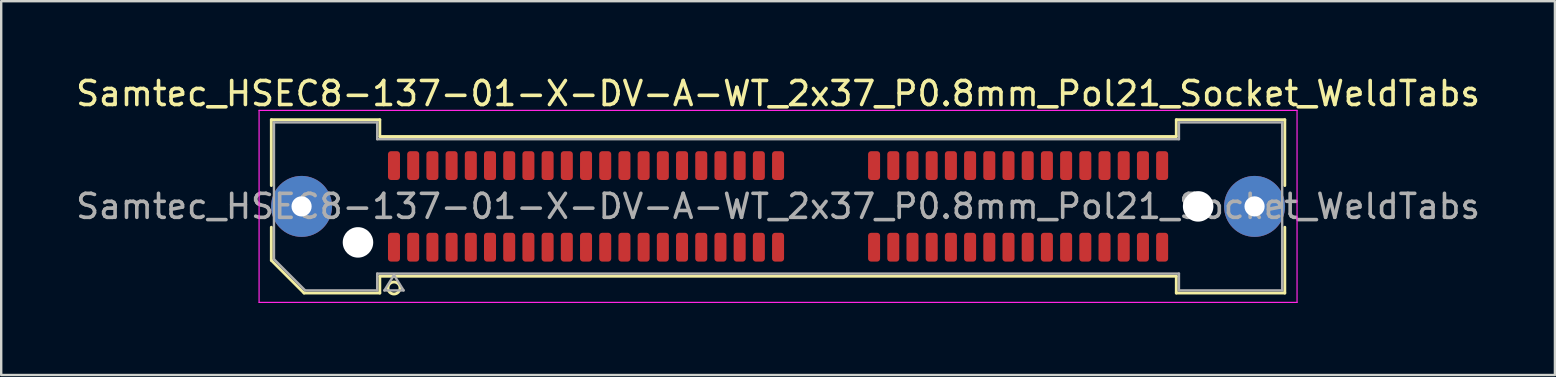
<source format=kicad_pcb>
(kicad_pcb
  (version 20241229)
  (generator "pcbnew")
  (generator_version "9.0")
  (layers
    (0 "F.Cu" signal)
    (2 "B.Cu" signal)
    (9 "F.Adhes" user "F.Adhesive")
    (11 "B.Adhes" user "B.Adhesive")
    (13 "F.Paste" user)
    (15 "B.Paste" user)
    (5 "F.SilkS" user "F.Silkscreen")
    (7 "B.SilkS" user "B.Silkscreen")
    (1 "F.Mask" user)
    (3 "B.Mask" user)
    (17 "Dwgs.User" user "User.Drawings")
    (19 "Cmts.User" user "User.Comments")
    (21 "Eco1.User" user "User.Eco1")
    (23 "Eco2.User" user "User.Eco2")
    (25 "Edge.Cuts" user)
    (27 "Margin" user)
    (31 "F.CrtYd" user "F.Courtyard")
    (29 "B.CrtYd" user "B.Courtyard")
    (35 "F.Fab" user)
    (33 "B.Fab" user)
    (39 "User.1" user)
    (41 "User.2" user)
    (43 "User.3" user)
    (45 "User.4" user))
  (footprint "Samtec_HSEC8-137-01-X-DV-A-WT_2x37_P0.8mm_Pol21_Socket_WeldTabs"
    (layer "F.Cu")
    (at 29.363 5.548)
    (property "Reference" "Samtec_HSEC8-137-01-X-DV-A-WT_2x37_P0.8mm_Pol21_Socket_WeldTabs" (at 0 -4.7 0) (layer "F.SilkS") (effects (font (size 1 1) (thickness 0.15))))
    (attr smd)
    (fp_line (start -21.11 -3.61) (end -16.59 -3.61) (stroke (width 0.12) (type solid)) (layer "F.SilkS"))
    (fp_line (start -21.11 -0.868) (end -21.11 -3.61) (stroke (width 0.12) (type solid)) (layer "F.SilkS"))
    (fp_line (start -21.11 2.246) (end -21.11 0.868) (stroke (width 0.12) (type solid)) (layer "F.SilkS"))
    (fp_line (start -19.746 3.61) (end -21.11 2.246) (stroke (width 0.12) (type solid)) (layer "F.SilkS"))
    (fp_line (start -16.59 -3.61) (end -16.59 -2.91) (stroke (width 0.12) (type solid)) (layer "F.SilkS"))
    (fp_line (start -16.59 -2.91) (end 16.59 -2.91) (stroke (width 0.12) (type solid)) (layer "F.SilkS"))
    (fp_line (start -16.59 2.91) (end -16.59 3.61) (stroke (width 0.12) (type solid)) (layer "F.SilkS"))
    (fp_line (start -16.59 3.61) (end -19.746 3.61) (stroke (width 0.12) (type solid)) (layer "F.SilkS"))
    (fp_line (start 16.59 -3.61) (end 21.11 -3.61) (stroke (width 0.12) (type solid)) (layer "F.SilkS"))
    (fp_line (start 16.59 -2.91) (end 16.59 -3.61) (stroke (width 0.12) (type solid)) (layer "F.SilkS"))
    (fp_line (start 16.59 2.91) (end -16.59 2.91) (stroke (width 0.12) (type solid)) (layer "F.SilkS"))
    (fp_line (start 16.59 3.61) (end 16.59 2.91) (stroke (width 0.12) (type solid)) (layer "F.SilkS"))
    (fp_line (start 21.11 -3.61) (end 21.11 -0.868) (stroke (width 0.12) (type solid)) (layer "F.SilkS"))
    (fp_line (start 21.11 0.868) (end 21.11 3.61) (stroke (width 0.12) (type solid)) (layer "F.SilkS"))
    (fp_line (start 21.11 3.61) (end 16.59 3.61) (stroke (width 0.12) (type solid)) (layer "F.SilkS"))
    (fp_circle (center -16 3.4) (end -15.75 3.4) (stroke (width 0.12) (type solid)) (fill no) (layer "F.SilkS"))
    (fp_line (start -21.62 -4) (end -21.62 4) (stroke (width 0.05) (type solid)) (layer "F.CrtYd"))
    (fp_line (start -21.62 4) (end 21.62 4) (stroke (width 0.05) (type solid)) (layer "F.CrtYd"))
    (fp_line (start 21.62 -4) (end -21.62 -4) (stroke (width 0.05) (type solid)) (layer "F.CrtYd"))
    (fp_line (start 21.62 4) (end 21.62 -4) (stroke (width 0.05) (type solid)) (layer "F.CrtYd"))
    (fp_line (start -21 -3.5) (end -16.7 -3.5) (stroke (width 0.1) (type solid)) (layer "F.Fab"))
    (fp_line (start -21 2.2) (end -21 -3.5) (stroke (width 0.1) (type solid)) (layer "F.Fab"))
    (fp_line (start -19.7 3.5) (end -21 2.2) (stroke (width 0.1) (type solid)) (layer "F.Fab"))
    (fp_line (start -16.7 -3.5) (end -16.7 -2.8) (stroke (width 0.1) (type solid)) (layer "F.Fab"))
    (fp_line (start -16.7 -2.8) (end 16.7 -2.8) (stroke (width 0.1) (type solid)) (layer "F.Fab"))
    (fp_line (start -16.7 2.8) (end -16.7 3.5) (stroke (width 0.1) (type solid)) (layer "F.Fab"))
    (fp_line (start -16.7 3.5) (end -19.7 3.5) (stroke (width 0.1) (type solid)) (layer "F.Fab"))
    (fp_line (start -16.4 3.5) (end -16 2.86) (stroke (width 0.1) (type solid)) (layer "F.Fab"))
    (fp_line (start -16 2.86) (end -15.6 3.5) (stroke (width 0.1) (type solid)) (layer "F.Fab"))
    (fp_line (start -15.6 3.5) (end -16.4 3.5) (stroke (width 0.1) (type solid)) (layer "F.Fab"))
    (fp_line (start 16.7 -3.5) (end 21 -3.5) (stroke (width 0.1) (type solid)) (layer "F.Fab"))
    (fp_line (start 16.7 -2.8) (end 16.7 -3.5) (stroke (width 0.1) (type solid)) (layer "F.Fab"))
    (fp_line (start 16.7 2.8) (end -16.7 2.8) (stroke (width 0.1) (type solid)) (layer "F.Fab"))
    (fp_line (start 16.7 3.5) (end 16.7 2.8) (stroke (width 0.1) (type solid)) (layer "F.Fab"))
    (fp_line (start 21 -3.5) (end 21 3.5) (stroke (width 0.1) (type solid)) (layer "F.Fab"))
    (fp_line (start 21 3.5) (end 16.7 3.5) (stroke (width 0.1) (type solid)) (layer "F.Fab"))
    (fp_text user "${REFERENCE}" (at 0 0 0) (layer "F.Fab") (effects (font (size 1 1) (thickness 0.15))))
    (pad "" thru_hole circle (at -19.85 0) (size 2.54 2.54) (drill 0.84) (layers "*.Cu" "*.Mask" "F.Paste"))
    (pad "" np_thru_hole circle (at -17.5 1.5) (size 1.27 1.27) (drill 1.27) (layers "*.Cu" "*.Mask"))
    (pad "" np_thru_hole circle (at 17.5 0) (size 1.27 1.27) (drill 1.27) (layers "*.Cu" "*.Mask"))
    (pad "" thru_hole circle (at 19.85 0) (size 2.54 2.54) (drill 0.84) (layers "*.Cu" "*.Mask" "F.Paste"))
    (pad "1" smd roundrect (at -16 1.7) (size 0.5 1.2) (layers "F.Cu" "F.Mask" "F.Paste") (roundrect_rratio 0.25))
    (pad "2" smd roundrect (at -16 -1.7) (size 0.5 1.2) (layers "F.Cu" "F.Mask" "F.Paste") (roundrect_rratio 0.25))
    (pad "3" smd roundrect (at -15.2 1.7) (size 0.5 1.2) (layers "F.Cu" "F.Mask" "F.Paste") (roundrect_rratio 0.25))
    (pad "4" smd roundrect (at -15.2 -1.7) (size 0.5 1.2) (layers "F.Cu" "F.Mask" "F.Paste") (roundrect_rratio 0.25))
    (pad "5" smd roundrect (at -14.4 1.7) (size 0.5 1.2) (layers "F.Cu" "F.Mask" "F.Paste") (roundrect_rratio 0.25))
    (pad "6" smd roundrect (at -14.4 -1.7) (size 0.5 1.2) (layers "F.Cu" "F.Mask" "F.Paste") (roundrect_rratio 0.25))
    (pad "7" smd roundrect (at -13.6 1.7) (size 0.5 1.2) (layers "F.Cu" "F.Mask" "F.Paste") (roundrect_rratio 0.25))
    (pad "8" smd roundrect (at -13.6 -1.7) (size 0.5 1.2) (layers "F.Cu" "F.Mask" "F.Paste") (roundrect_rratio 0.25))
    (pad "9" smd roundrect (at -12.8 1.7) (size 0.5 1.2) (layers "F.Cu" "F.Mask" "F.Paste") (roundrect_rratio 0.25))
    (pad "10" smd roundrect (at -12.8 -1.7) (size 0.5 1.2) (layers "F.Cu" "F.Mask" "F.Paste") (roundrect_rratio 0.25))
    (pad "11" smd roundrect (at -12 1.7) (size 0.5 1.2) (layers "F.Cu" "F.Mask" "F.Paste") (roundrect_rratio 0.25))
    (pad "12" smd roundrect (at -12 -1.7) (size 0.5 1.2) (layers "F.Cu" "F.Mask" "F.Paste") (roundrect_rratio 0.25))
    (pad "13" smd roundrect (at -11.2 1.7) (size 0.5 1.2) (layers "F.Cu" "F.Mask" "F.Paste") (roundrect_rratio 0.25))
    (pad "14" smd roundrect (at -11.2 -1.7) (size 0.5 1.2) (layers "F.Cu" "F.Mask" "F.Paste") (roundrect_rratio 0.25))
    (pad "15" smd roundrect (at -10.4 1.7) (size 0.5 1.2) (layers "F.Cu" "F.Mask" "F.Paste") (roundrect_rratio 0.25))
    (pad "16" smd roundrect (at -10.4 -1.7) (size 0.5 1.2) (layers "F.Cu" "F.Mask" "F.Paste") (roundrect_rratio 0.25))
    (pad "17" smd roundrect (at -9.6 1.7) (size 0.5 1.2) (layers "F.Cu" "F.Mask" "F.Paste") (roundrect_rratio 0.25))
    (pad "18" smd roundrect (at -9.6 -1.7) (size 0.5 1.2) (layers "F.Cu" "F.Mask" "F.Paste") (roundrect_rratio 0.25))
    (pad "19" smd roundrect (at -8.8 1.7) (size 0.5 1.2) (layers "F.Cu" "F.Mask" "F.Paste") (roundrect_rratio 0.25))
    (pad "20" smd roundrect (at -8.8 -1.7) (size 0.5 1.2) (layers "F.Cu" "F.Mask" "F.Paste") (roundrect_rratio 0.25))
    (pad "21" smd roundrect (at -8 1.7) (size 0.5 1.2) (layers "F.Cu" "F.Mask" "F.Paste") (roundrect_rratio 0.25))
    (pad "22" smd roundrect (at -8 -1.7) (size 0.5 1.2) (layers "F.Cu" "F.Mask" "F.Paste") (roundrect_rratio 0.25))
    (pad "23" smd roundrect (at -7.2 1.7) (size 0.5 1.2) (layers "F.Cu" "F.Mask" "F.Paste") (roundrect_rratio 0.25))
    (pad "24" smd roundrect (at -7.2 -1.7) (size 0.5 1.2) (layers "F.Cu" "F.Mask" "F.Paste") (roundrect_rratio 0.25))
    (pad "25" smd roundrect (at -6.4 1.7) (size 0.5 1.2) (layers "F.Cu" "F.Mask" "F.Paste") (roundrect_rratio 0.25))
    (pad "26" smd roundrect (at -6.4 -1.7) (size 0.5 1.2) (layers "F.Cu" "F.Mask" "F.Paste") (roundrect_rratio 0.25))
    (pad "27" smd roundrect (at -5.6 1.7) (size 0.5 1.2) (layers "F.Cu" "F.Mask" "F.Paste") (roundrect_rratio 0.25))
    (pad "28" smd roundrect (at -5.6 -1.7) (size 0.5 1.2) (layers "F.Cu" "F.Mask" "F.Paste") (roundrect_rratio 0.25))
    (pad "29" smd roundrect (at -4.8 1.7) (size 0.5 1.2) (layers "F.Cu" "F.Mask" "F.Paste") (roundrect_rratio 0.25))
    (pad "30" smd roundrect (at -4.8 -1.7) (size 0.5 1.2) (layers "F.Cu" "F.Mask" "F.Paste") (roundrect_rratio 0.25))
    (pad "31" smd roundrect (at -4 1.7) (size 0.5 1.2) (layers "F.Cu" "F.Mask" "F.Paste") (roundrect_rratio 0.25))
    (pad "32" smd roundrect (at -4 -1.7) (size 0.5 1.2) (layers "F.Cu" "F.Mask" "F.Paste") (roundrect_rratio 0.25))
    (pad "33" smd roundrect (at -3.2 1.7) (size 0.5 1.2) (layers "F.Cu" "F.Mask" "F.Paste") (roundrect_rratio 0.25))
    (pad "34" smd roundrect (at -3.2 -1.7) (size 0.5 1.2) (layers "F.Cu" "F.Mask" "F.Paste") (roundrect_rratio 0.25))
    (pad "35" smd roundrect (at -2.4 1.7) (size 0.5 1.2) (layers "F.Cu" "F.Mask" "F.Paste") (roundrect_rratio 0.25))
    (pad "36" smd roundrect (at -2.4 -1.7) (size 0.5 1.2) (layers "F.Cu" "F.Mask" "F.Paste") (roundrect_rratio 0.25))
    (pad "37" smd roundrect (at -1.6 1.7) (size 0.5 1.2) (layers "F.Cu" "F.Mask" "F.Paste") (roundrect_rratio 0.25))
    (pad "38" smd roundrect (at -1.6 -1.7) (size 0.5 1.2) (layers "F.Cu" "F.Mask" "F.Paste") (roundrect_rratio 0.25))
    (pad "39" smd roundrect (at -0.8 1.7) (size 0.5 1.2) (layers "F.Cu" "F.Mask" "F.Paste") (roundrect_rratio 0.25))
    (pad "40" smd roundrect (at -0.8 -1.7) (size 0.5 1.2) (layers "F.Cu" "F.Mask" "F.Paste") (roundrect_rratio 0.25))
    (pad "41" smd roundrect (at 0 1.7) (size 0.5 1.2) (layers "F.Cu" "F.Mask" "F.Paste") (roundrect_rratio 0.25))
    (pad "42" smd roundrect (at 0 -1.7) (size 0.5 1.2) (layers "F.Cu" "F.Mask" "F.Paste") (roundrect_rratio 0.25))
    (pad "43" smd roundrect (at 4 1.7) (size 0.5 1.2) (layers "F.Cu" "F.Mask" "F.Paste") (roundrect_rratio 0.25))
    (pad "44" smd roundrect (at 4 -1.7) (size 0.5 1.2) (layers "F.Cu" "F.Mask" "F.Paste") (roundrect_rratio 0.25))
    (pad "45" smd roundrect (at 4.8 1.7) (size 0.5 1.2) (layers "F.Cu" "F.Mask" "F.Paste") (roundrect_rratio 0.25))
    (pad "46" smd roundrect (at 4.8 -1.7) (size 0.5 1.2) (layers "F.Cu" "F.Mask" "F.Paste") (roundrect_rratio 0.25))
    (pad "47" smd roundrect (at 5.6 1.7) (size 0.5 1.2) (layers "F.Cu" "F.Mask" "F.Paste") (roundrect_rratio 0.25))
    (pad "48" smd roundrect (at 5.6 -1.7) (size 0.5 1.2) (layers "F.Cu" "F.Mask" "F.Paste") (roundrect_rratio 0.25))
    (pad "49" smd roundrect (at 6.4 1.7) (size 0.5 1.2) (layers "F.Cu" "F.Mask" "F.Paste") (roundrect_rratio 0.25))
    (pad "50" smd roundrect (at 6.4 -1.7) (size 0.5 1.2) (layers "F.Cu" "F.Mask" "F.Paste") (roundrect_rratio 0.25))
    (pad "51" smd roundrect (at 7.2 1.7) (size 0.5 1.2) (layers "F.Cu" "F.Mask" "F.Paste") (roundrect_rratio 0.25))
    (pad "52" smd roundrect (at 7.2 -1.7) (size 0.5 1.2) (layers "F.Cu" "F.Mask" "F.Paste") (roundrect_rratio 0.25))
    (pad "53" smd roundrect (at 8 1.7) (size 0.5 1.2) (layers "F.Cu" "F.Mask" "F.Paste") (roundrect_rratio 0.25))
    (pad "54" smd roundrect (at 8 -1.7) (size 0.5 1.2) (layers "F.Cu" "F.Mask" "F.Paste") (roundrect_rratio 0.25))
    (pad "55" smd roundrect (at 8.8 1.7) (size 0.5 1.2) (layers "F.Cu" "F.Mask" "F.Paste") (roundrect_rratio 0.25))
    (pad "56" smd roundrect (at 8.8 -1.7) (size 0.5 1.2) (layers "F.Cu" "F.Mask" "F.Paste") (roundrect_rratio 0.25))
    (pad "57" smd roundrect (at 9.6 1.7) (size 0.5 1.2) (layers "F.Cu" "F.Mask" "F.Paste") (roundrect_rratio 0.25))
    (pad "58" smd roundrect (at 9.6 -1.7) (size 0.5 1.2) (layers "F.Cu" "F.Mask" "F.Paste") (roundrect_rratio 0.25))
    (pad "59" smd roundrect (at 10.4 1.7) (size 0.5 1.2) (layers "F.Cu" "F.Mask" "F.Paste") (roundrect_rratio 0.25))
    (pad "60" smd roundrect (at 10.4 -1.7) (size 0.5 1.2) (layers "F.Cu" "F.Mask" "F.Paste") (roundrect_rratio 0.25))
    (pad "61" smd roundrect (at 11.2 1.7) (size 0.5 1.2) (layers "F.Cu" "F.Mask" "F.Paste") (roundrect_rratio 0.25))
    (pad "62" smd roundrect (at 11.2 -1.7) (size 0.5 1.2) (layers "F.Cu" "F.Mask" "F.Paste") (roundrect_rratio 0.25))
    (pad "63" smd roundrect (at 12 1.7) (size 0.5 1.2) (layers "F.Cu" "F.Mask" "F.Paste") (roundrect_rratio 0.25))
    (pad "64" smd roundrect (at 12 -1.7) (size 0.5 1.2) (layers "F.Cu" "F.Mask" "F.Paste") (roundrect_rratio 0.25))
    (pad "65" smd roundrect (at 12.8 1.7) (size 0.5 1.2) (layers "F.Cu" "F.Mask" "F.Paste") (roundrect_rratio 0.25))
    (pad "66" smd roundrect (at 12.8 -1.7) (size 0.5 1.2) (layers "F.Cu" "F.Mask" "F.Paste") (roundrect_rratio 0.25))
    (pad "67" smd roundrect (at 13.6 1.7) (size 0.5 1.2) (layers "F.Cu" "F.Mask" "F.Paste") (roundrect_rratio 0.25))
    (pad "68" smd roundrect (at 13.6 -1.7) (size 0.5 1.2) (layers "F.Cu" "F.Mask" "F.Paste") (roundrect_rratio 0.25))
    (pad "69" smd roundrect (at 14.4 1.7) (size 0.5 1.2) (layers "F.Cu" "F.Mask" "F.Paste") (roundrect_rratio 0.25))
    (pad "70" smd roundrect (at 14.4 -1.7) (size 0.5 1.2) (layers "F.Cu" "F.Mask" "F.Paste") (roundrect_rratio 0.25))
    (pad "71" smd roundrect (at 15.2 1.7) (size 0.5 1.2) (layers "F.Cu" "F.Mask" "F.Paste") (roundrect_rratio 0.25))
    (pad "72" smd roundrect (at 15.2 -1.7) (size 0.5 1.2) (layers "F.Cu" "F.Mask" "F.Paste") (roundrect_rratio 0.25))
    (pad "73" smd roundrect (at 16 1.7) (size 0.5 1.2) (layers "F.Cu" "F.Mask" "F.Paste") (roundrect_rratio 0.25))
    (pad "74" smd roundrect (at 16 -1.7) (size 0.5 1.2) (layers "F.Cu" "F.Mask" "F.Paste") (roundrect_rratio 0.25)))
  (gr_rect
    (start -3 -3)
    (end 61.726 12.573)
    (stroke (width 0.1) (type default))
    (fill no)
    (layer "Edge.Cuts")))
</source>
